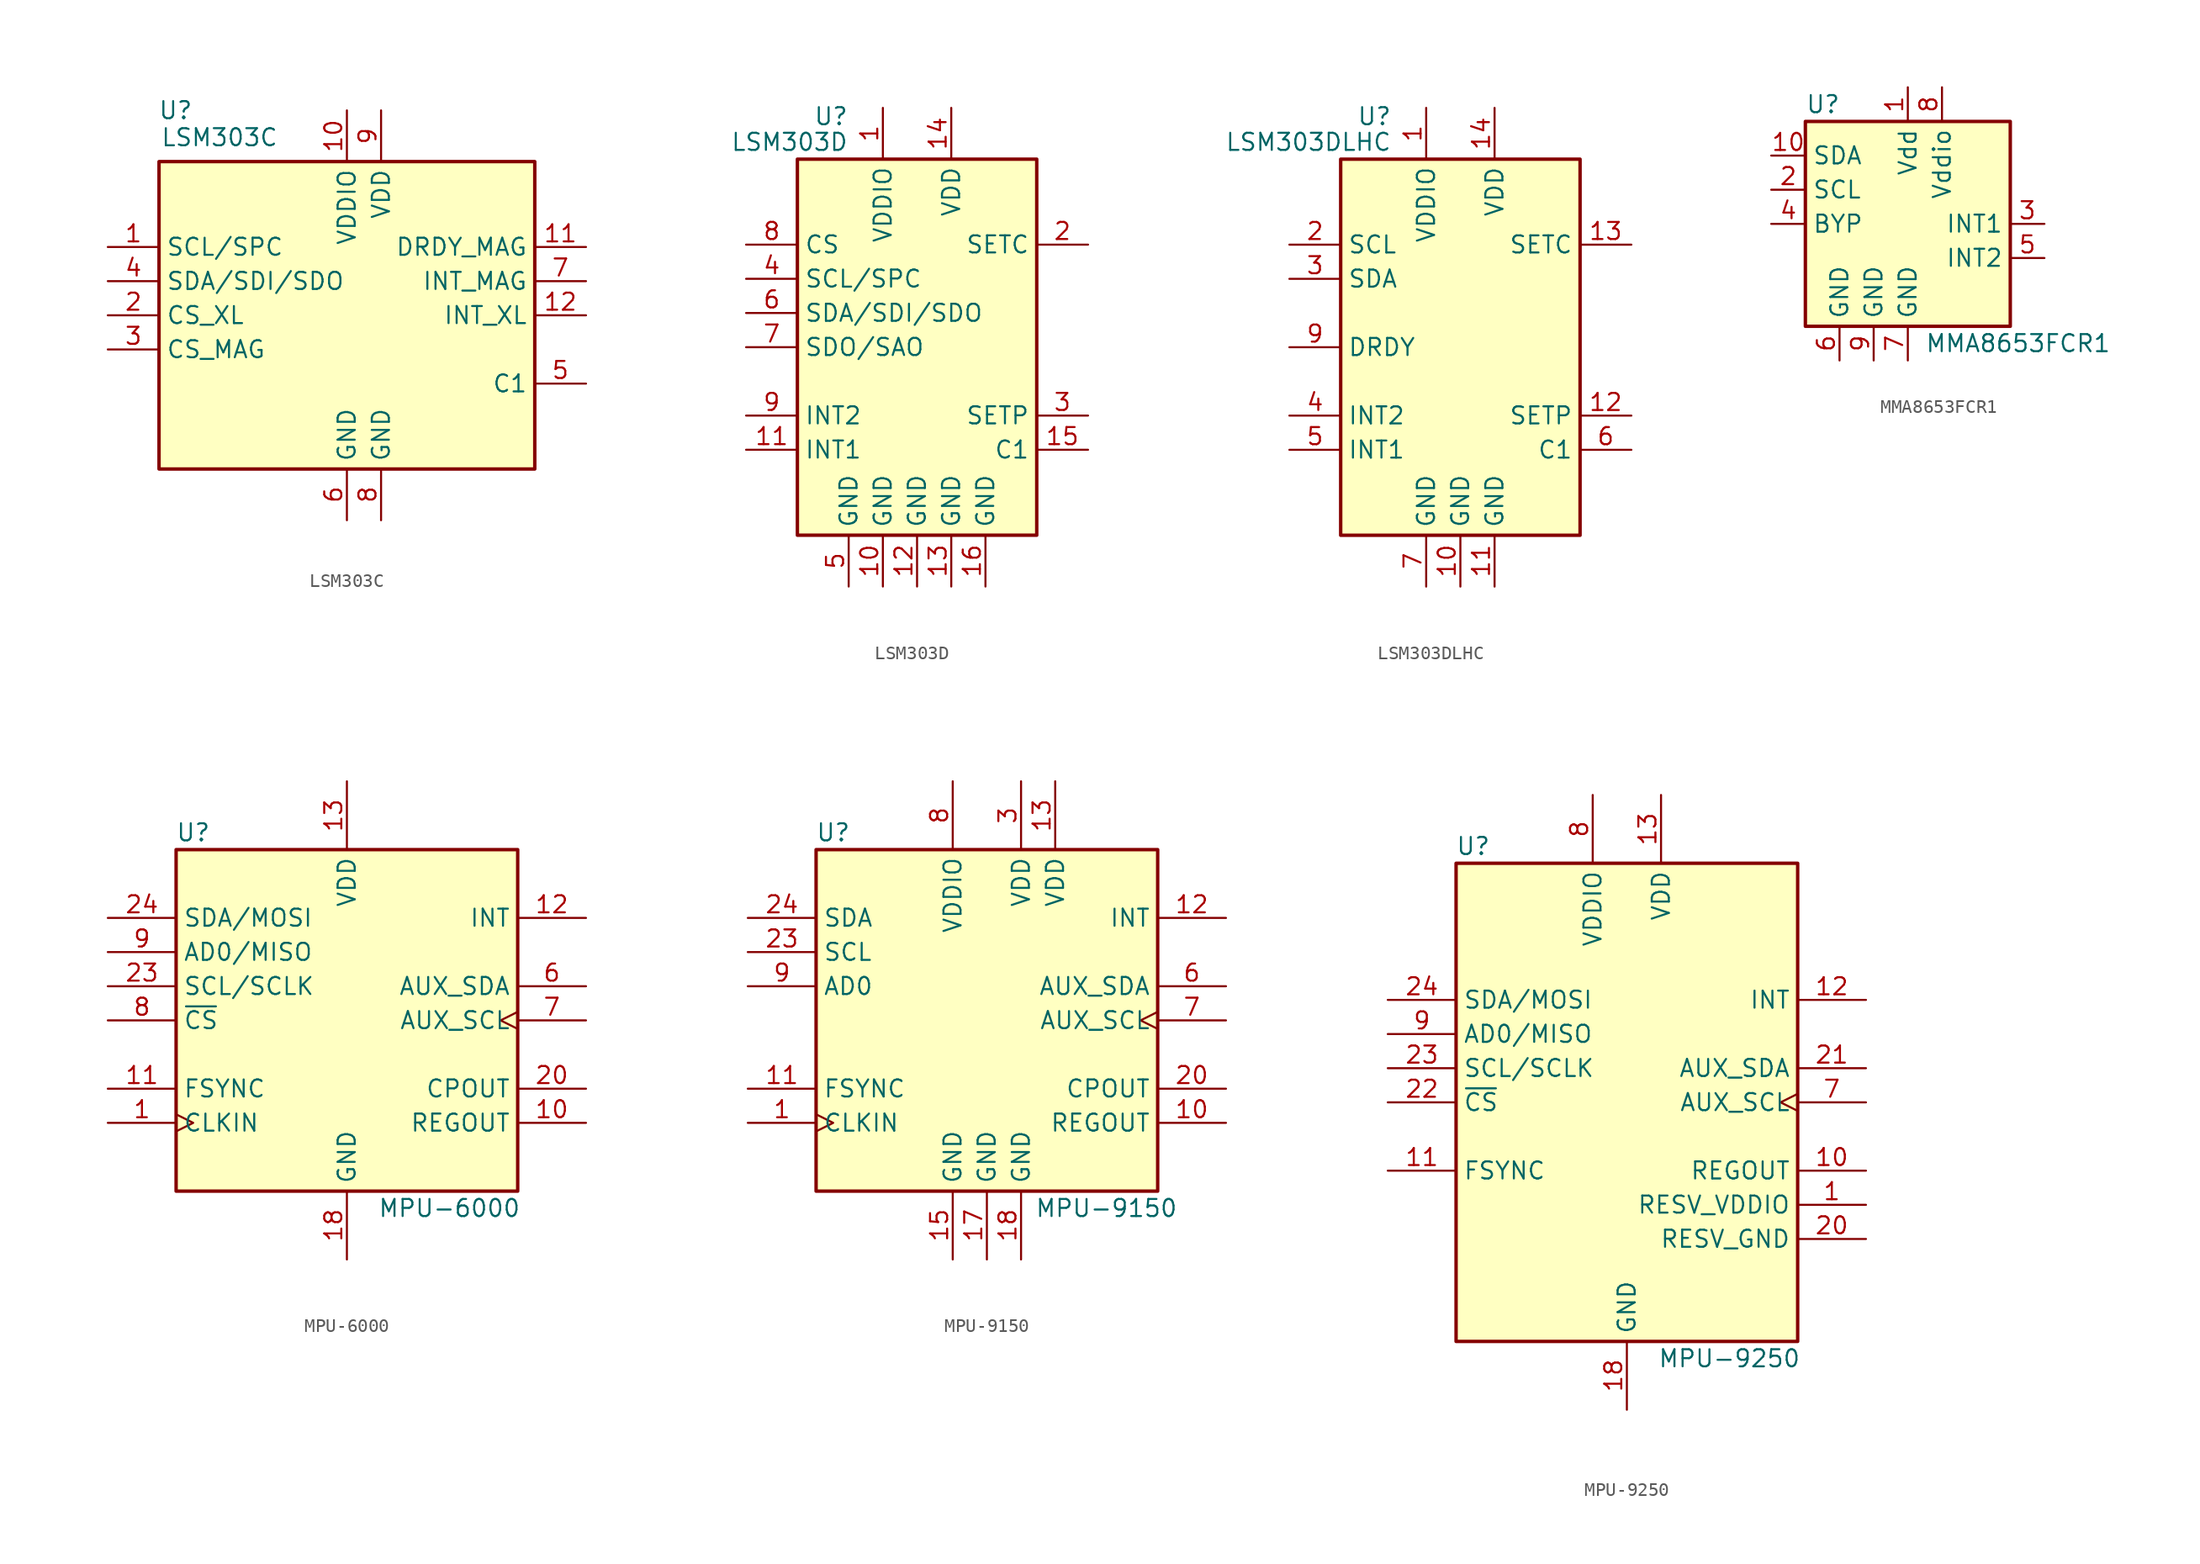
<source format=kicad_sym>
(kicad_symbol_lib
  (version 20201005)
  (generator kicad_symbol_editor)
  (symbol "LSM303C"
    (property "Reference" "U"
      (at -11.43 15.24 0)
      (effects (font (size 1.27 1.27)) (justify right)))
    (property "Value" "LSM303C"
      (at -5.08 13.97 0)
      (effects (font (size 1.27 1.27)) (justify right top)))
    (symbol "LSM303C_0_1"
      (rectangle (start 13.97 11.43) (end -13.97 -11.43) (stroke (width 0.254)) (fill (type background))))
    (symbol "LSM303C_1_1"
      (pin output line (at -17.78 5.08 0) (length 3.81) (name "SCL/SPC" (effects (font (size 1.27 1.27)))) (number "1" (effects (font (size 1.27 1.27)))))
      (pin power_in line (at 0 15.24 270) (length 3.81) (name "VDDIO" (effects (font (size 1.27 1.27)))) (number "10" (effects (font (size 1.27 1.27)))))
      (pin output line (at 17.78 5.08 180) (length 3.81) (name "DRDY_MAG" (effects (font (size 1.27 1.27)))) (number "11" (effects (font (size 1.27 1.27)))))
      (pin output line (at 17.78 0 180) (length 3.81) (name "INT_XL" (effects (font (size 1.27 1.27)))) (number "12" (effects (font (size 1.27 1.27)))))
      (pin input line (at -17.78 0 0) (length 3.81) (name "CS_XL" (effects (font (size 1.27 1.27)))) (number "2" (effects (font (size 1.27 1.27)))))
      (pin input line (at -17.78 -2.54 0) (length 3.81) (name "CS_MAG" (effects (font (size 1.27 1.27)))) (number "3" (effects (font (size 1.27 1.27)))))
      (pin bidirectional line (at -17.78 2.54 0) (length 3.81) (name "SDA/SDI/SDO" (effects (font (size 1.27 1.27)))) (number "4" (effects (font (size 1.27 1.27)))))
      (pin passive line (at 17.78 -5.08 180) (length 3.81) (name "C1" (effects (font (size 1.27 1.27)))) (number "5" (effects (font (size 1.27 1.27)))))
      (pin power_in line (at 0 -15.24 90) (length 3.81) (name "GND" (effects (font (size 1.27 1.27)))) (number "6" (effects (font (size 1.27 1.27)))))
      (pin output line (at 17.78 2.54 180) (length 3.81) (name "INT_MAG" (effects (font (size 1.27 1.27)))) (number "7" (effects (font (size 1.27 1.27)))))
      (pin power_in line (at 2.54 -15.24 90) (length 3.81) (name "GND" (effects (font (size 1.27 1.27)))) (number "8" (effects (font (size 1.27 1.27)))))
      (pin power_in line (at 2.54 15.24 270) (length 3.81) (name "VDD" (effects (font (size 1.27 1.27)))) (number "9" (effects (font (size 1.27 1.27)))))))
  (symbol "LSM303D"
    (property "Reference" "U"
      (at -5.08 17.145 0)
      (effects (font (size 1.27 1.27)) (justify right)))
    (property "Value" "LSM303D"
      (at -5.08 15.24 0)
      (effects (font (size 1.27 1.27)) (justify right)))
    (symbol "LSM303D_0_1"
      (rectangle (start 8.89 13.97) (end -8.89 -13.97) (stroke (width 0.254)) (fill (type background))))
    (symbol "LSM303D_1_1"
      (pin power_in line (at -2.54 17.78 270) (length 3.81) (name "VDDIO" (effects (font (size 1.27 1.27)))) (number "1" (effects (font (size 1.27 1.27)))))
      (pin power_in line (at -2.54 -17.78 90) (length 3.81) (name "GND" (effects (font (size 1.27 1.27)))) (number "10" (effects (font (size 1.27 1.27)))))
      (pin output line (at -12.7 -7.62 0) (length 3.81) (name "INT1" (effects (font (size 1.27 1.27)))) (number "11" (effects (font (size 1.27 1.27)))))
      (pin power_in line (at 0 -17.78 90) (length 3.81) (name "GND" (effects (font (size 1.27 1.27)))) (number "12" (effects (font (size 1.27 1.27)))))
      (pin power_in line (at 2.54 -17.78 90) (length 3.81) (name "GND" (effects (font (size 1.27 1.27)))) (number "13" (effects (font (size 1.27 1.27)))))
      (pin power_in line (at 2.54 17.78 270) (length 3.81) (name "VDD" (effects (font (size 1.27 1.27)))) (number "14" (effects (font (size 1.27 1.27)))))
      (pin passive line (at 12.7 -7.62 180) (length 3.81) (name "C1" (effects (font (size 1.27 1.27)))) (number "15" (effects (font (size 1.27 1.27)))))
      (pin power_in line (at 5.08 -17.78 90) (length 3.81) (name "GND" (effects (font (size 1.27 1.27)))) (number "16" (effects (font (size 1.27 1.27)))))
      (pin passive line (at 12.7 7.62 180) (length 3.81) (name "SETC" (effects (font (size 1.27 1.27)))) (number "2" (effects (font (size 1.27 1.27)))))
      (pin passive line (at 12.7 -5.08 180) (length 3.81) (name "SETP" (effects (font (size 1.27 1.27)))) (number "3" (effects (font (size 1.27 1.27)))))
      (pin input line (at -12.7 5.08 0) (length 3.81) (name "SCL/SPC" (effects (font (size 1.27 1.27)))) (number "4" (effects (font (size 1.27 1.27)))))
      (pin power_in line (at -5.08 -17.78 90) (length 3.81) (name "GND" (effects (font (size 1.27 1.27)))) (number "5" (effects (font (size 1.27 1.27)))))
      (pin bidirectional line (at -12.7 2.54 0) (length 3.81) (name "SDA/SDI/SDO" (effects (font (size 1.27 1.27)))) (number "6" (effects (font (size 1.27 1.27)))))
      (pin output line (at -12.7 0 0) (length 3.81) (name "SDO/SAO" (effects (font (size 1.27 1.27)))) (number "7" (effects (font (size 1.27 1.27)))))
      (pin input line (at -12.7 7.62 0) (length 3.81) (name "CS" (effects (font (size 1.27 1.27)))) (number "8" (effects (font (size 1.27 1.27)))))
      (pin output line (at -12.7 -5.08 0) (length 3.81) (name "INT2" (effects (font (size 1.27 1.27)))) (number "9" (effects (font (size 1.27 1.27)))))))
  (symbol "LSM303DLHC"
    (property "Reference" "U"
      (at -5.08 17.145 0)
      (effects (font (size 1.27 1.27)) (justify right)))
    (property "Value" "LSM303DLHC"
      (at -5.08 15.24 0)
      (effects (font (size 1.27 1.27)) (justify right)))
    (symbol "LSM303DLHC_0_1"
      (rectangle (start 8.89 13.97) (end -8.89 -13.97) (stroke (width 0.254)) (fill (type background))))
    (symbol "LSM303DLHC_1_1"
      (pin power_in line (at -2.54 17.78 270) (length 3.81) (name "VDDIO" (effects (font (size 1.27 1.27)))) (number "1" (effects (font (size 1.27 1.27)))))
      (pin power_in line (at 0 -17.78 90) (length 3.81) (name "GND" (effects (font (size 1.27 1.27)))) (number "10" (effects (font (size 1.27 1.27)))))
      (pin power_in line (at 2.54 -17.78 90) (length 3.81) (name "GND" (effects (font (size 1.27 1.27)))) (number "11" (effects (font (size 1.27 1.27)))))
      (pin passive line (at 12.7 -5.08 180) (length 3.81) (name "SETP" (effects (font (size 1.27 1.27)))) (number "12" (effects (font (size 1.27 1.27)))))
      (pin passive line (at 12.7 7.62 180) (length 3.81) (name "SETC" (effects (font (size 1.27 1.27)))) (number "13" (effects (font (size 1.27 1.27)))))
      (pin power_in line (at 2.54 17.78 270) (length 3.81) (name "VDD" (effects (font (size 1.27 1.27)))) (number "14" (effects (font (size 1.27 1.27)))))
      (pin input line (at -12.7 7.62 0) (length 3.81) (name "SCL" (effects (font (size 1.27 1.27)))) (number "2" (effects (font (size 1.27 1.27)))))
      (pin bidirectional line (at -12.7 5.08 0) (length 3.81) (name "SDA" (effects (font (size 1.27 1.27)))) (number "3" (effects (font (size 1.27 1.27)))))
      (pin output line (at -12.7 -5.08 0) (length 3.81) (name "INT2" (effects (font (size 1.27 1.27)))) (number "4" (effects (font (size 1.27 1.27)))))
      (pin output line (at -12.7 -7.62 0) (length 3.81) (name "INT1" (effects (font (size 1.27 1.27)))) (number "5" (effects (font (size 1.27 1.27)))))
      (pin passive line (at 12.7 -7.62 180) (length 3.81) (name "C1" (effects (font (size 1.27 1.27)))) (number "6" (effects (font (size 1.27 1.27)))))
      (pin power_in line (at -2.54 -17.78 90) (length 3.81) (name "GND" (effects (font (size 1.27 1.27)))) (number "7" (effects (font (size 1.27 1.27)))))
      (pin no_connect line (at 7.62 -2.54 180) (length 3.81) hide (name "NC" (effects (font (size 1.27 1.27)))) (number "8" (effects (font (size 1.27 1.27)))))
      (pin output line (at -12.7 0 0) (length 3.81) (name "DRDY" (effects (font (size 1.27 1.27)))) (number "9" (effects (font (size 1.27 1.27)))))))
  (symbol "MMA8653FCR1"
    (property "Reference" "U"
      (at -7.62 8.89 0)
      (effects (font (size 1.27 1.27)) (justify left)))
    (property "Value" "MMA8653FCR1"
      (at 1.27 -8.89 0)
      (effects (font (size 1.27 1.27)) (justify left)))
    (symbol "MMA8653FCR1_0_1"
      (rectangle (start -7.62 7.62) (end 7.62 -7.62) (stroke (width 0.254)) (fill (type background))))
    (symbol "MMA8653FCR1_1_1"
      (pin power_in line (at 0 10.16 270) (length 2.54) (name "Vdd" (effects (font (size 1.27 1.27)))) (number "1" (effects (font (size 1.27 1.27)))))
      (pin input line (at -10.16 5.08 0) (length 2.54) (name "SDA" (effects (font (size 1.27 1.27)))) (number "10" (effects (font (size 1.27 1.27)))))
      (pin input line (at -10.16 2.54 0) (length 2.54) (name "SCL" (effects (font (size 1.27 1.27)))) (number "2" (effects (font (size 1.27 1.27)))))
      (pin output line (at 10.16 0 180) (length 2.54) (name "INT1" (effects (font (size 1.27 1.27)))) (number "3" (effects (font (size 1.27 1.27)))))
      (pin input line (at -10.16 0 0) (length 2.54) (name "BYP" (effects (font (size 1.27 1.27)))) (number "4" (effects (font (size 1.27 1.27)))))
      (pin output line (at 10.16 -2.54 180) (length 2.54) (name "INT2" (effects (font (size 1.27 1.27)))) (number "5" (effects (font (size 1.27 1.27)))))
      (pin power_in line (at -5.08 -10.16 90) (length 2.54) (name "GND" (effects (font (size 1.27 1.27)))) (number "6" (effects (font (size 1.27 1.27)))))
      (pin power_in line (at 0 -10.16 90) (length 2.54) (name "GND" (effects (font (size 1.27 1.27)))) (number "7" (effects (font (size 1.27 1.27)))))
      (pin power_in line (at 2.54 10.16 270) (length 2.54) (name "Vddio" (effects (font (size 1.27 1.27)))) (number "8" (effects (font (size 1.27 1.27)))))
      (pin power_in line (at -2.54 -10.16 90) (length 2.54) (name "GND" (effects (font (size 1.27 1.27)))) (number "9" (effects (font (size 1.27 1.27)))))))
  (symbol "MPU-6000"
    (property "Reference" "U"
      (at -11.43 13.97 0)
      (effects (font (size 1.27 1.27))))
    (property "Value" "MPU-6000"
      (at 7.62 -13.97 0)
      (effects (font (size 1.27 1.27))))
    (symbol "MPU-6000_0_1"
      (rectangle (start -12.7 12.7) (end 12.7 -12.7) (stroke (width 0.254)) (fill (type background))))
    (symbol "MPU-6000_1_1"
      (pin input clock (at -17.78 -7.62 0) (length 5.08) (name "CLKIN" (effects (font (size 1.27 1.27)))) (number "1" (effects (font (size 1.27 1.27)))))
      (pin passive line (at 17.78 -7.62 180) (length 5.08) (name "REGOUT" (effects (font (size 1.27 1.27)))) (number "10" (effects (font (size 1.27 1.27)))))
      (pin input line (at -17.78 -5.08 0) (length 5.08) (name "FSYNC" (effects (font (size 1.27 1.27)))) (number "11" (effects (font (size 1.27 1.27)))))
      (pin output line (at 17.78 7.62 180) (length 5.08) (name "INT" (effects (font (size 1.27 1.27)))) (number "12" (effects (font (size 1.27 1.27)))))
      (pin power_in line (at 0 17.78 270) (length 5.08) (name "VDD" (effects (font (size 1.27 1.27)))) (number "13" (effects (font (size 1.27 1.27)))))
      (pin power_in line (at 0 -17.78 90) (length 5.08) (name "GND" (effects (font (size 1.27 1.27)))) (number "18" (effects (font (size 1.27 1.27)))))
      (pin passive line (at 17.78 -5.08 180) (length 5.08) (name "CPOUT" (effects (font (size 1.27 1.27)))) (number "20" (effects (font (size 1.27 1.27)))))
      (pin input line (at -17.78 2.54 0) (length 5.08) (name "SCL/SCLK" (effects (font (size 1.27 1.27)))) (number "23" (effects (font (size 1.27 1.27)))))
      (pin bidirectional line (at -17.78 7.62 0) (length 5.08) (name "SDA/MOSI" (effects (font (size 1.27 1.27)))) (number "24" (effects (font (size 1.27 1.27)))))
      (pin bidirectional line (at 17.78 2.54 180) (length 5.08) (name "AUX_SDA" (effects (font (size 1.27 1.27)))) (number "6" (effects (font (size 1.27 1.27)))))
      (pin output clock (at 17.78 0 180) (length 5.08) (name "AUX_SCL" (effects (font (size 1.27 1.27)))) (number "7" (effects (font (size 1.27 1.27)))))
      (pin input line (at -17.78 0 0) (length 5.08) (name "~CS" (effects (font (size 1.27 1.27)))) (number "8" (effects (font (size 1.27 1.27)))))
      (pin bidirectional line (at -17.78 5.08 0) (length 5.08) (name "AD0/MISO" (effects (font (size 1.27 1.27)))) (number "9" (effects (font (size 1.27 1.27)))))))
  (symbol "MPU-9150"
    (property "Reference" "U"
      (at -11.43 13.97 0)
      (effects (font (size 1.27 1.27))))
    (property "Value" "MPU-9150"
      (at 8.89 -13.97 0)
      (effects (font (size 1.27 1.27))))
    (symbol "MPU-9150_0_1"
      (rectangle (start -12.7 12.7) (end 12.7 -12.7) (stroke (width 0.254)) (fill (type background))))
    (symbol "MPU-9150_1_1"
      (pin input clock (at -17.78 -7.62 0) (length 5.08) (name "CLKIN" (effects (font (size 1.27 1.27)))) (number "1" (effects (font (size 1.27 1.27)))))
      (pin passive line (at 17.78 -7.62 180) (length 5.08) (name "REGOUT" (effects (font (size 1.27 1.27)))) (number "10" (effects (font (size 1.27 1.27)))))
      (pin input line (at -17.78 -5.08 0) (length 5.08) (name "FSYNC" (effects (font (size 1.27 1.27)))) (number "11" (effects (font (size 1.27 1.27)))))
      (pin output line (at 17.78 7.62 180) (length 5.08) (name "INT" (effects (font (size 1.27 1.27)))) (number "12" (effects (font (size 1.27 1.27)))))
      (pin power_in line (at 5.08 17.78 270) (length 5.08) (name "VDD" (effects (font (size 1.27 1.27)))) (number "13" (effects (font (size 1.27 1.27)))))
      (pin power_in line (at -2.54 -17.78 90) (length 5.08) (name "GND" (effects (font (size 1.27 1.27)))) (number "15" (effects (font (size 1.27 1.27)))))
      (pin power_in line (at 0 -17.78 90) (length 5.08) (name "GND" (effects (font (size 1.27 1.27)))) (number "17" (effects (font (size 1.27 1.27)))))
      (pin power_in line (at 2.54 -17.78 90) (length 5.08) (name "GND" (effects (font (size 1.27 1.27)))) (number "18" (effects (font (size 1.27 1.27)))))
      (pin passive line (at 17.78 -5.08 180) (length 5.08) (name "CPOUT" (effects (font (size 1.27 1.27)))) (number "20" (effects (font (size 1.27 1.27)))))
      (pin input line (at -17.78 5.08 0) (length 5.08) (name "SCL" (effects (font (size 1.27 1.27)))) (number "23" (effects (font (size 1.27 1.27)))))
      (pin bidirectional line (at -17.78 7.62 0) (length 5.08) (name "SDA" (effects (font (size 1.27 1.27)))) (number "24" (effects (font (size 1.27 1.27)))))
      (pin power_in line (at 2.54 17.78 270) (length 5.08) (name "VDD" (effects (font (size 1.27 1.27)))) (number "3" (effects (font (size 1.27 1.27)))))
      (pin bidirectional line (at 17.78 2.54 180) (length 5.08) (name "AUX_SDA" (effects (font (size 1.27 1.27)))) (number "6" (effects (font (size 1.27 1.27)))))
      (pin output clock (at 17.78 0 180) (length 5.08) (name "AUX_SCL" (effects (font (size 1.27 1.27)))) (number "7" (effects (font (size 1.27 1.27)))))
      (pin power_in line (at -2.54 17.78 270) (length 5.08) (name "VDDIO" (effects (font (size 1.27 1.27)))) (number "8" (effects (font (size 1.27 1.27)))))
      (pin input line (at -17.78 2.54 0) (length 5.08) (name "AD0" (effects (font (size 1.27 1.27)))) (number "9" (effects (font (size 1.27 1.27)))))))
  (symbol "MPU-9250"
    (property "Reference" "U"
      (at -11.43 19.05 0)
      (effects (font (size 1.27 1.27))))
    (property "Value" "MPU-9250"
      (at 7.62 -19.05 0)
      (effects (font (size 1.27 1.27))))
    (symbol "MPU-9250_0_1"
      (rectangle (start -12.7 17.78) (end 12.7 -17.78) (stroke (width 0.254)) (fill (type background))))
    (symbol "MPU-9250_1_1"
      (pin input line (at 17.78 -7.62 180) (length 5.08) (name "RESV_VDDIO" (effects (font (size 1.27 1.27)))) (number "1" (effects (font (size 1.27 1.27)))))
      (pin passive line (at 17.78 -5.08 180) (length 5.08) (name "REGOUT" (effects (font (size 1.27 1.27)))) (number "10" (effects (font (size 1.27 1.27)))))
      (pin input line (at -17.78 -5.08 0) (length 5.08) (name "FSYNC" (effects (font (size 1.27 1.27)))) (number "11" (effects (font (size 1.27 1.27)))))
      (pin output line (at 17.78 7.62 180) (length 5.08) (name "INT" (effects (font (size 1.27 1.27)))) (number "12" (effects (font (size 1.27 1.27)))))
      (pin power_in line (at 2.54 22.86 270) (length 5.08) (name "VDD" (effects (font (size 1.27 1.27)))) (number "13" (effects (font (size 1.27 1.27)))))
      (pin power_in line (at 0 -22.86 90) (length 5.08) (name "GND" (effects (font (size 1.27 1.27)))) (number "18" (effects (font (size 1.27 1.27)))))
      (pin power_in line (at 17.78 -10.16 180) (length 5.08) (name "RESV_GND" (effects (font (size 1.27 1.27)))) (number "20" (effects (font (size 1.27 1.27)))))
      (pin bidirectional line (at 17.78 2.54 180) (length 5.08) (name "AUX_SDA" (effects (font (size 1.27 1.27)))) (number "21" (effects (font (size 1.27 1.27)))))
      (pin input line (at -17.78 0 0) (length 5.08) (name "~CS" (effects (font (size 1.27 1.27)))) (number "22" (effects (font (size 1.27 1.27)))))
      (pin input line (at -17.78 2.54 0) (length 5.08) (name "SCL/SCLK" (effects (font (size 1.27 1.27)))) (number "23" (effects (font (size 1.27 1.27)))))
      (pin bidirectional line (at -17.78 7.62 0) (length 5.08) (name "SDA/MOSI" (effects (font (size 1.27 1.27)))) (number "24" (effects (font (size 1.27 1.27)))))
      (pin output clock (at 17.78 0 180) (length 5.08) (name "AUX_SCL" (effects (font (size 1.27 1.27)))) (number "7" (effects (font (size 1.27 1.27)))))
      (pin power_in line (at -2.54 22.86 270) (length 5.08) (name "VDDIO" (effects (font (size 1.27 1.27)))) (number "8" (effects (font (size 1.27 1.27)))))
      (pin bidirectional line (at -17.78 5.08 0) (length 5.08) (name "AD0/MISO" (effects (font (size 1.27 1.27)))) (number "9" (effects (font (size 1.27 1.27))))))))
</source>
